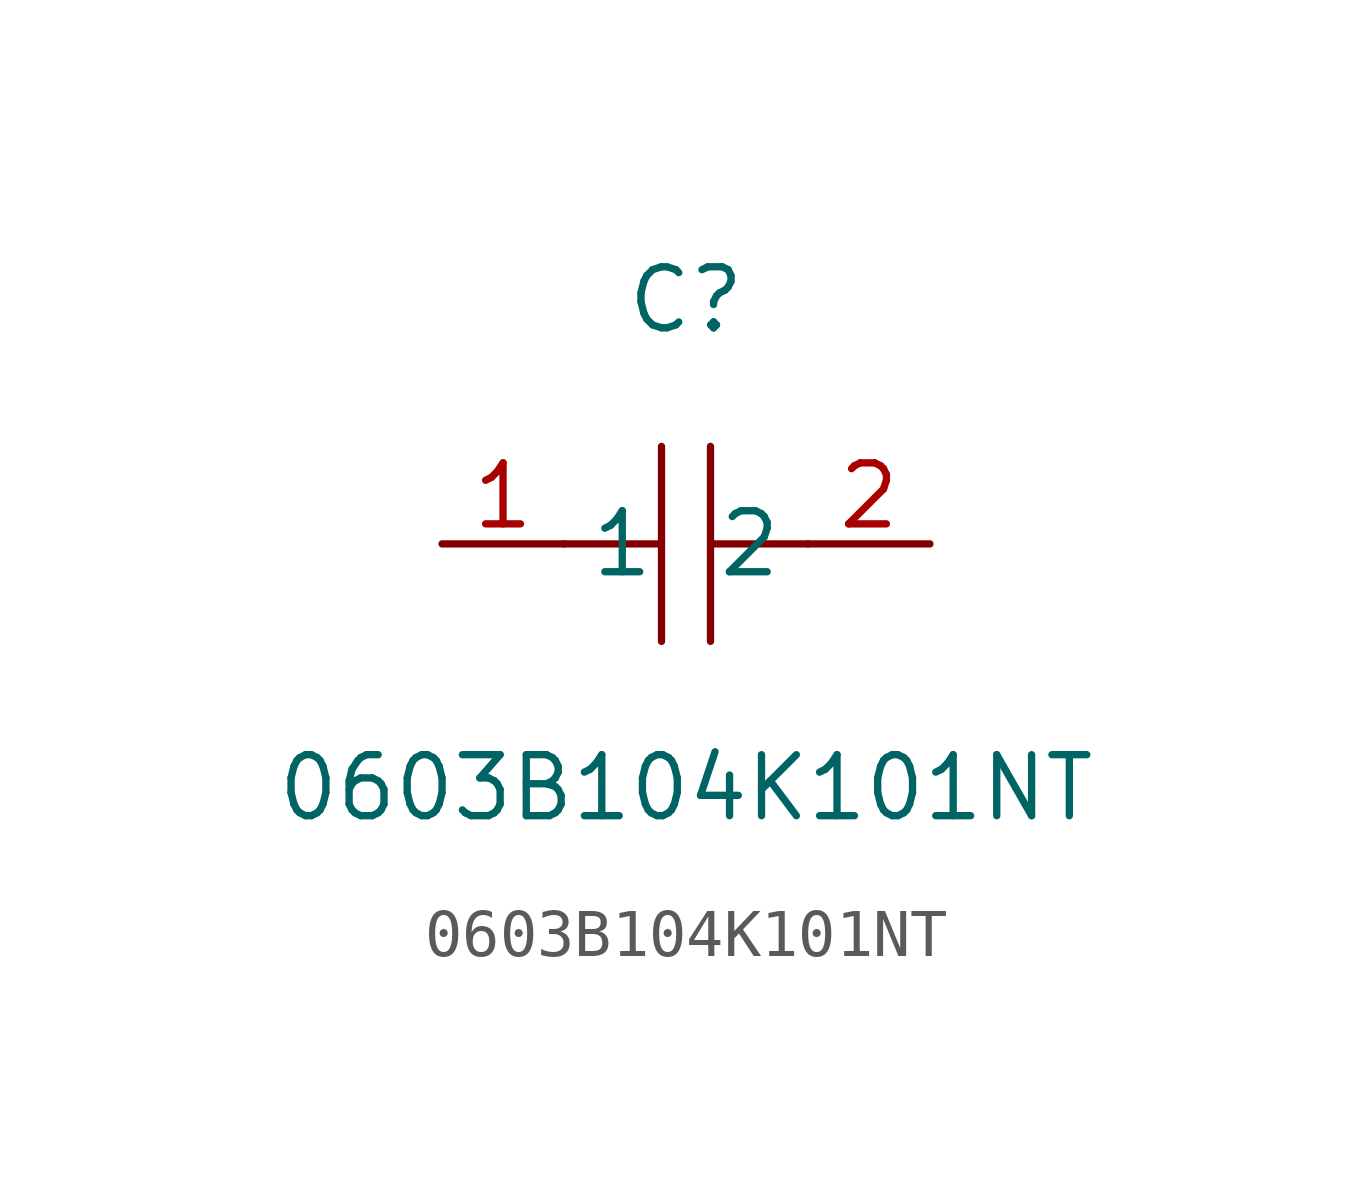
<source format=kicad_sym>
(kicad_symbol_lib
  (version 1)
  (generator "faebryk")
  (symbol "0603B104K101NT"
    (property "Reference" "C"
      (at 0 5.08 0)
      (effects (font (size 1.27 1.27)) (hide no)))
    (property "Value" "0603B104K101NT"
      (at 0 -5.08 0)
      (effects (font (size 1.27 1.27)) (hide no)))
    (symbol "0603B104K101NT_0_1"
      (polyline (stroke (width 0) (type default) (color 0 0 0 0)) (fill (type none)) (pts (xy -0.51 -2.03) (xy -0.51 2.03)))
      (polyline (stroke (width 0) (type default) (color 0 0 0 0)) (fill (type none)) (pts (xy 2.54 0) (xy 0.51 0)))
      (polyline (stroke (width 0) (type default) (color 0 0 0 0)) (fill (type none)) (pts (xy 0.51 2.03) (xy 0.51 -2.03)))
      (polyline (stroke (width 0) (type default) (color 0 0 0 0)) (fill (type none)) (pts (xy -0.51 0) (xy -2.54 0)))
      (pin unspecified line (at -5.08 0 0) (length 2.54) (name "1" (effects (font (size 1.27 1.27)) (hide no))) (number "1" (effects (font (size 1.27 1.27)) (hide no))))
      (pin unspecified line (at 5.08 0 180) (length 2.54) (name "2" (effects (font (size 1.27 1.27)) (hide no))) (number "2" (effects (font (size 1.27 1.27)) (hide no)))))))
</source>
